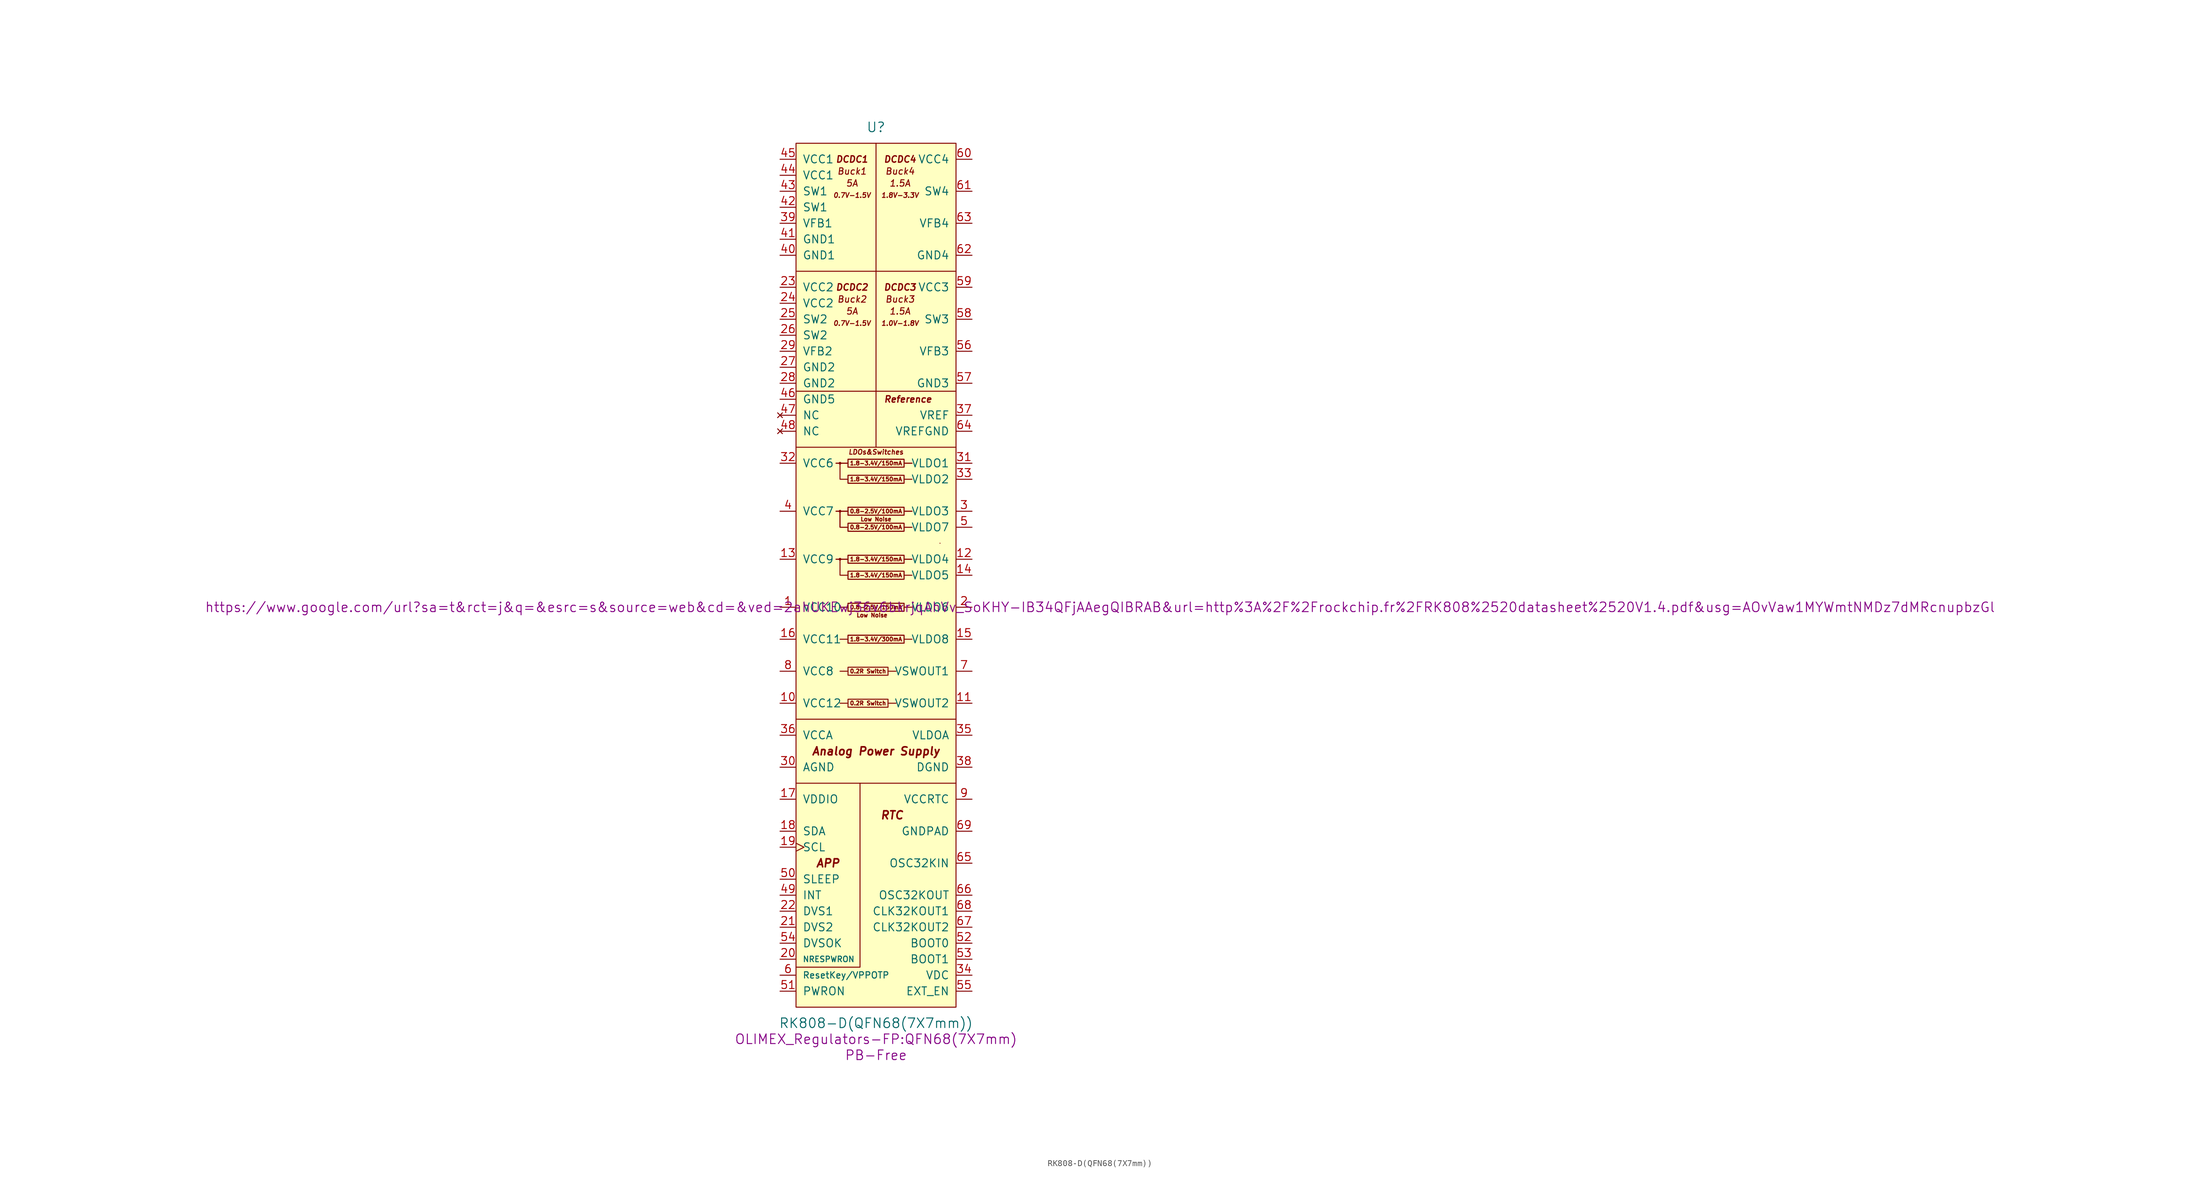
<source format=kicad_sym>
(kicad_symbol_lib
  (version 20211014)
  (generator kicad_symbol_editor)
  (symbol "RK808-D(QFN68(7X7mm))"
    (pin_names
      (offset 1.016))
    (property "Reference" "U"
      (at 0 71.12 0)
      (effects (font (size 1.524 1.524))))
    (property "Value" "RK808-D(QFN68(7X7mm))"
      (at 0 -71.12 0)
      (effects (font (size 1.524 1.524))))
    (property "Footprint" "OLIMEX_Regulators-FP:QFN68(7X7mm)"
      (at 0 -73.66 0)
      (effects (font (size 1.524 1.524))))
    (property "Datasheet" "https://www.google.com/url?sa=t&rct=j&q=&esrc=s&source=web&cd=&ved=2ahUKEwj36v6bkrjqAhVv_SoKHY-IB34QFjAAegQIBRAB&url=http%3A%2F%2Frockchip.fr%2FRK808%2520datasheet%2520V1.4.pdf&usg=AOvVaw1MYWmtNMDz7dMRcnupbzGl"
      (at 35.56 -5.08 0)
      (effects (font (size 1.524 1.524))))
    (property "Note" "PB-Free"
      (at 0 -76.2 0)
      (effects (font (size 1.524 1.524))))
    (symbol "RK808-D(QFN68(7X7mm))_0_0"
      (circle (center -5.715 2.54) (radius 0.127) (stroke (width 0) (type default) (color 0 0 0 0)) (fill (type none)))
      (circle (center -5.715 2.54) (radius 0.127) (stroke (width 0) (type default) (color 0 0 0 0)) (fill (type none)))
      (circle (center -5.715 10.16) (radius 0.127) (stroke (width 0) (type default) (color 0 0 0 0)) (fill (type none)))
      (circle (center -5.715 10.16) (radius 0.127) (stroke (width 0) (type default) (color 0 0 0 0)) (fill (type none)))
      (circle (center -5.715 17.78) (radius 0.127) (stroke (width 0) (type default) (color 0 0 0 0)) (fill (type none)))
      (circle (center -5.715 17.78) (radius 0.127) (stroke (width 0) (type default) (color 0 0 0 0)) (fill (type none)))
      (polyline (pts (xy -12.7 -22.86) (xy 12.7 -22.86)) (stroke (width 0) (type default) (color 0 0 0 0)) (fill (type none)))
      (polyline (pts (xy -6.35 2.54) (xy -4.445 2.54)) (stroke (width 0) (type default) (color 0 0 0 0)) (fill (type none)))
      (polyline (pts (xy -6.35 2.54) (xy -4.445 2.54)) (stroke (width 0) (type default) (color 0 0 0 0)) (fill (type none)))
      (polyline (pts (xy -6.35 10.16) (xy -4.445 10.16)) (stroke (width 0) (type default) (color 0 0 0 0)) (fill (type none)))
      (polyline (pts (xy -6.35 10.16) (xy -4.445 10.16)) (stroke (width 0) (type default) (color 0 0 0 0)) (fill (type none)))
      (polyline (pts (xy -6.35 17.78) (xy -4.445 17.78)) (stroke (width 0) (type default) (color 0 0 0 0)) (fill (type none)))
      (polyline (pts (xy -6.35 17.78) (xy -4.445 17.78)) (stroke (width 0) (type default) (color 0 0 0 0)) (fill (type none)))
      (polyline (pts (xy -4.445 -20.32) (xy -5.715 -20.32)) (stroke (width 0) (type default) (color 0 0 0 0)) (fill (type none)))
      (polyline (pts (xy -4.445 -15.24) (xy -5.715 -15.24)) (stroke (width 0) (type default) (color 0 0 0 0)) (fill (type none)))
      (polyline (pts (xy -4.445 -10.16) (xy -5.715 -10.16)) (stroke (width 0) (type default) (color 0 0 0 0)) (fill (type none)))
      (polyline (pts (xy -4.445 -5.08) (xy -5.715 -5.08)) (stroke (width 0) (type default) (color 0 0 0 0)) (fill (type none)))
      (polyline (pts (xy 0 29.21) (xy 0 20.32)) (stroke (width 0) (type default) (color 0 0 0 0)) (fill (type none)))
      (polyline (pts (xy 1.905 -20.32) (xy 3.175 -20.32)) (stroke (width 0) (type default) (color 0 0 0 0)) (fill (type none)))
      (polyline (pts (xy 1.905 -15.24) (xy 3.175 -15.24)) (stroke (width 0) (type default) (color 0 0 0 0)) (fill (type none)))
      (polyline (pts (xy 4.445 -10.16) (xy 5.715 -10.16)) (stroke (width 0) (type default) (color 0 0 0 0)) (fill (type none)))
      (polyline (pts (xy 4.445 -5.08) (xy 5.715 -5.08)) (stroke (width 0) (type default) (color 0 0 0 0)) (fill (type none)))
      (polyline (pts (xy 4.445 0) (xy 5.715 0)) (stroke (width 0) (type default) (color 0 0 0 0)) (fill (type none)))
      (polyline (pts (xy 4.445 2.54) (xy 5.715 2.54)) (stroke (width 0) (type default) (color 0 0 0 0)) (fill (type none)))
      (polyline (pts (xy 4.445 2.54) (xy 5.715 2.54)) (stroke (width 0) (type default) (color 0 0 0 0)) (fill (type none)))
      (polyline (pts (xy 4.445 7.62) (xy 5.715 7.62)) (stroke (width 0) (type default) (color 0 0 0 0)) (fill (type none)))
      (polyline (pts (xy 4.445 7.62) (xy 5.715 7.62)) (stroke (width 0) (type default) (color 0 0 0 0)) (fill (type none)))
      (polyline (pts (xy 4.445 10.16) (xy 5.715 10.16)) (stroke (width 0) (type default) (color 0 0 0 0)) (fill (type none)))
      (polyline (pts (xy 4.445 10.16) (xy 5.715 10.16)) (stroke (width 0) (type default) (color 0 0 0 0)) (fill (type none)))
      (polyline (pts (xy 4.445 15.24) (xy 5.715 15.24)) (stroke (width 0) (type default) (color 0 0 0 0)) (fill (type none)))
      (polyline (pts (xy 4.445 17.78) (xy 5.715 17.78)) (stroke (width 0) (type default) (color 0 0 0 0)) (fill (type none)))
      (polyline (pts (xy 4.445 17.78) (xy 5.715 17.78)) (stroke (width 0) (type default) (color 0 0 0 0)) (fill (type none)))
      (polyline (pts (xy -12.7 -62.23) (xy -2.54 -62.23) (xy -2.54 -33.02)) (stroke (width 0) (type default) (color 0 0 0 0)) (fill (type none)))
      (polyline (pts (xy -4.445 0) (xy -5.715 0) (xy -5.715 2.54)) (stroke (width 0) (type default) (color 0 0 0 0)) (fill (type none)))
      (polyline (pts (xy -4.445 7.62) (xy -5.715 7.62) (xy -5.715 10.16)) (stroke (width 0) (type default) (color 0 0 0 0)) (fill (type none)))
      (polyline (pts (xy -4.445 7.62) (xy -5.715 7.62) (xy -5.715 10.16)) (stroke (width 0) (type default) (color 0 0 0 0)) (fill (type none)))
      (polyline (pts (xy -4.445 15.24) (xy -5.715 15.24) (xy -5.715 17.78)) (stroke (width 0) (type default) (color 0 0 0 0)) (fill (type none)))
      (polyline (pts (xy -4.445 -19.685) (xy -4.445 -20.955) (xy 1.905 -20.955) (xy 1.905 -19.685) (xy -4.445 -19.685)) (stroke (width 0) (type default) (color 0 0 0 0)) (fill (type none)))
      (polyline (pts (xy -4.445 -14.605) (xy -4.445 -15.875) (xy 1.905 -15.875) (xy 1.905 -14.605) (xy -4.445 -14.605)) (stroke (width 0) (type default) (color 0 0 0 0)) (fill (type none)))
      (polyline (pts (xy -4.445 -9.525) (xy -4.445 -10.795) (xy 4.445 -10.795) (xy 4.445 -9.525) (xy -4.445 -9.525)) (stroke (width 0) (type default) (color 0 0 0 0)) (fill (type none)))
      (polyline (pts (xy -4.445 -9.525) (xy -4.445 -10.795) (xy 4.445 -10.795) (xy 4.445 -9.525) (xy -4.445 -9.525)) (stroke (width 0) (type default) (color 0 0 0 0)) (fill (type none)))
      (polyline (pts (xy -4.445 -4.445) (xy -4.445 -5.715) (xy 4.445 -5.715) (xy 4.445 -4.445) (xy -4.445 -4.445)) (stroke (width 0) (type default) (color 0 0 0 0)) (fill (type none)))
      (polyline (pts (xy -4.445 -4.445) (xy -4.445 -5.715) (xy 4.445 -5.715) (xy 4.445 -4.445) (xy -4.445 -4.445)) (stroke (width 0) (type default) (color 0 0 0 0)) (fill (type none)))
      (polyline (pts (xy -4.445 0.635) (xy -4.445 -0.635) (xy 4.445 -0.635) (xy 4.445 0.635) (xy -4.445 0.635)) (stroke (width 0) (type default) (color 0 0 0 0)) (fill (type none)))
      (polyline (pts (xy -4.445 0.635) (xy -4.445 -0.635) (xy 4.445 -0.635) (xy 4.445 0.635) (xy -4.445 0.635)) (stroke (width 0) (type default) (color 0 0 0 0)) (fill (type none)))
      (polyline (pts (xy -4.445 3.175) (xy -4.445 1.905) (xy 4.445 1.905) (xy 4.445 3.175) (xy -4.445 3.175)) (stroke (width 0) (type default) (color 0 0 0 0)) (fill (type none)))
      (polyline (pts (xy -4.445 3.175) (xy -4.445 1.905) (xy 4.445 1.905) (xy 4.445 3.175) (xy -4.445 3.175)) (stroke (width 0) (type default) (color 0 0 0 0)) (fill (type none)))
      (polyline (pts (xy -4.445 8.255) (xy -4.445 6.985) (xy 4.445 6.985) (xy 4.445 8.255) (xy -4.445 8.255)) (stroke (width 0) (type default) (color 0 0 0 0)) (fill (type none)))
      (polyline (pts (xy -4.445 8.255) (xy -4.445 6.985) (xy 4.445 6.985) (xy 4.445 8.255) (xy -4.445 8.255)) (stroke (width 0) (type default) (color 0 0 0 0)) (fill (type none)))
      (polyline (pts (xy -4.445 10.795) (xy -4.445 9.525) (xy 4.445 9.525) (xy 4.445 10.795) (xy -4.445 10.795)) (stroke (width 0) (type default) (color 0 0 0 0)) (fill (type none)))
      (polyline (pts (xy -4.445 10.795) (xy -4.445 9.525) (xy 4.445 9.525) (xy 4.445 10.795) (xy -4.445 10.795)) (stroke (width 0) (type default) (color 0 0 0 0)) (fill (type none)))
      (polyline (pts (xy -4.445 15.875) (xy -4.445 14.605) (xy 4.445 14.605) (xy 4.445 15.875) (xy -4.445 15.875)) (stroke (width 0) (type default) (color 0 0 0 0)) (fill (type none)))
      (polyline (pts (xy -4.445 15.875) (xy -4.445 14.605) (xy 4.445 14.605) (xy 4.445 15.875) (xy -4.445 15.875)) (stroke (width 0) (type default) (color 0 0 0 0)) (fill (type none)))
      (polyline (pts (xy -4.445 18.415) (xy -4.445 17.145) (xy 4.445 17.145) (xy 4.445 18.415) (xy -4.445 18.415)) (stroke (width 0) (type default) (color 0 0 0 0)) (fill (type none)))
      (polyline (pts (xy -4.445 18.415) (xy -4.445 17.145) (xy 4.445 17.145) (xy 4.445 18.415) (xy -4.445 18.415)) (stroke (width 0) (type default) (color 0 0 0 0)) (fill (type none)))
      (text "0.2R Switch" (at -1.27 -20.32 0) (effects (font (size 0.635 0.635))))
      (text "0.2R Switch" (at -1.27 -15.24 0) (effects (font (size 0.635 0.635))))
      (text "0.7V-1.5V" (at -3.81 40.005 0) (effects (font (size 0.762 0.762) italic)))
      (text "0.7V-1.5V" (at -3.81 60.325 0) (effects (font (size 0.762 0.762) italic)))
      (text "0.8-2.5V/100mA" (at 0 7.62 0) (effects (font (size 0.635 0.635))))
      (text "0.8-2.5V/100mA" (at 0 10.16 0) (effects (font (size 0.635 0.635))))
      (text "0.8-2.5V/150mA" (at 0 -5.08 0) (effects (font (size 0.635 0.635))))
      (text "1.0V-1.8V" (at 3.81 40.005 0) (effects (font (size 0.762 0.762) italic)))
      (text "1.5A" (at 3.81 41.91 0) (effects (font (size 1.016 1.016) italic)))
      (text "1.5A" (at 3.81 62.23 0) (effects (font (size 1.016 1.016) italic)))
      (text "1.8-3.4V/150mA" (at 0 0 0) (effects (font (size 0.635 0.635))))
      (text "1.8-3.4V/150mA" (at 0 2.54 0) (effects (font (size 0.635 0.635))))
      (text "1.8-3.4V/150mA" (at 0 15.24 0) (effects (font (size 0.635 0.635))))
      (text "1.8-3.4V/150mA" (at 0 17.78 0) (effects (font (size 0.635 0.635))))
      (text "1.8-3.4V/300mA" (at 0 -10.16 0) (effects (font (size 0.635 0.635))))
      (text "1.8V-3.3V" (at 3.81 60.325 0) (effects (font (size 0.762 0.762) italic)))
      (text "5A" (at -3.81 41.91 0) (effects (font (size 1.016 1.016) italic)))
      (text "5A" (at -3.81 62.23 0) (effects (font (size 1.016 1.016) italic)))
      (text "Analog Power Supply" (at 0 -27.94 0) (effects (font (size 1.27 1.27) bold italic)))
      (text "APP" (at -7.62 -45.72 0) (effects (font (size 1.27 1.27) bold italic)))
      (text "Buck1" (at -3.81 64.135 0) (effects (font (size 1.016 1.016) italic)))
      (text "Buck2" (at -3.81 43.815 0) (effects (font (size 1.016 1.016) italic)))
      (text "Buck3" (at 3.81 43.815 0) (effects (font (size 1.016 1.016) italic)))
      (text "Buck4" (at 3.81 64.135 0) (effects (font (size 1.016 1.016) italic)))
      (text "DCDC1" (at -3.81 66.04 0) (effects (font (size 1.016 1.016) bold italic)))
      (text "DCDC2" (at -3.81 45.72 0) (effects (font (size 1.016 1.016) bold italic)))
      (text "DCDC3" (at 3.81 45.72 0) (effects (font (size 1.016 1.016) bold italic)))
      (text "DCDC4" (at 3.81 66.04 0) (effects (font (size 1.016 1.016) bold italic)))
      (text "LDOs&Switches" (at 0 19.558 0) (effects (font (size 0.762 0.762) bold italic)))
      (text "Low Noise" (at -0.635 -6.35 0) (effects (font (size 0.635 0.635))))
      (text "Low Noise" (at 0 8.89 0) (effects (font (size 0.635 0.635))))
      (text "Reference" (at 5.08 27.94 0) (effects (font (size 1.016 1.016) bold italic)))
      (text "RTC" (at 2.54 -38.1 0) (effects (font (size 1.27 1.27) bold italic))))
    (symbol "RK808-D(QFN68(7X7mm))_0_1"
      (rectangle (start -12.7 68.58) (end 12.7 -68.58) (stroke (width 0) (type default) (color 0 0 0 0)) (fill (type background)))
      (polyline (pts (xy -12.7 -33.02) (xy 12.7 -33.02)) (stroke (width 0) (type default) (color 0 0 0 0)) (fill (type none)))
      (polyline (pts (xy -12.7 20.32) (xy 12.7 20.32)) (stroke (width 0) (type default) (color 0 0 0 0)) (fill (type none)))
      (polyline (pts (xy -12.7 29.21) (xy 0 29.21)) (stroke (width 0) (type default) (color 0 0 0 0)) (fill (type none)))
      (polyline (pts (xy 0 29.21) (xy 12.7 29.21)) (stroke (width 0) (type default) (color 0 0 0 0)) (fill (type none)))
      (polyline (pts (xy 0 48.26) (xy 0 29.21)) (stroke (width 0) (type default) (color 0 0 0 0)) (fill (type none)))
      (polyline (pts (xy 0 48.26) (xy 12.7 48.26)) (stroke (width 0) (type default) (color 0 0 0 0)) (fill (type none)))
      (polyline (pts (xy 0 68.58) (xy 0 48.26) (xy -12.7 48.26)) (stroke (width 0) (type default) (color 0 0 0 0)) (fill (type none)))
      (rectangle (start 10.16 5.08) (end 10.16 5.08) (stroke (width 0) (type default) (color 0 0 0 0)) (fill (type none))))
    (symbol "RK808-D(QFN68(7X7mm))_1_1"
      (pin power_in line (at -15.24 -5.08 0) (length 2.54) (name "VCC10" (effects (font (size 1.27 1.27)))) (number "1" (effects (font (size 1.27 1.27)))))
      (pin power_in line (at -15.24 -20.32 0) (length 2.54) (name "VCC12" (effects (font (size 1.27 1.27)))) (number "10" (effects (font (size 1.27 1.27)))))
      (pin power_out line (at 15.24 -20.32 180) (length 2.54) (name "VSWOUT2" (effects (font (size 1.27 1.27)))) (number "11" (effects (font (size 1.27 1.27)))))
      (pin power_out line (at 15.24 2.54 180) (length 2.54) (name "VLDO4" (effects (font (size 1.27 1.27)))) (number "12" (effects (font (size 1.27 1.27)))))
      (pin power_in line (at -15.24 2.54 0) (length 2.54) (name "VCC9" (effects (font (size 1.27 1.27)))) (number "13" (effects (font (size 1.27 1.27)))))
      (pin power_out line (at 15.24 0 180) (length 2.54) (name "VLDO5" (effects (font (size 1.27 1.27)))) (number "14" (effects (font (size 1.27 1.27)))))
      (pin power_out line (at 15.24 -10.16 180) (length 2.54) (name "VLDO8" (effects (font (size 1.27 1.27)))) (number "15" (effects (font (size 1.27 1.27)))))
      (pin power_in line (at -15.24 -10.16 0) (length 2.54) (name "VCC11" (effects (font (size 1.27 1.27)))) (number "16" (effects (font (size 1.27 1.27)))))
      (pin power_in line (at -15.24 -35.56 0) (length 2.54) (name "VDDIO" (effects (font (size 1.27 1.27)))) (number "17" (effects (font (size 1.27 1.27)))))
      (pin bidirectional line (at -15.24 -40.64 0) (length 2.54) (name "SDA" (effects (font (size 1.27 1.27)))) (number "18" (effects (font (size 1.27 1.27)))))
      (pin input clock (at -15.24 -43.18 0) (length 2.54) (name "SCL" (effects (font (size 1.27 1.27)))) (number "19" (effects (font (size 1.27 1.27)))))
      (pin power_out line (at 15.24 -5.08 180) (length 2.54) (name "VLDO6" (effects (font (size 1.27 1.27)))) (number "2" (effects (font (size 1.27 1.27)))))
      (pin output line (at -15.24 -60.96 0) (length 2.54) (name "NRESPWRON" (effects (font (size 0.889 0.889)))) (number "20" (effects (font (size 1.27 1.27)))))
      (pin input line (at -15.24 -55.88 0) (length 2.54) (name "DVS2" (effects (font (size 1.27 1.27)))) (number "21" (effects (font (size 1.27 1.27)))))
      (pin input line (at -15.24 -53.34 0) (length 2.54) (name "DVS1" (effects (font (size 1.27 1.27)))) (number "22" (effects (font (size 1.27 1.27)))))
      (pin power_in line (at -15.24 45.72 0) (length 2.54) (name "VCC2" (effects (font (size 1.27 1.27)))) (number "23" (effects (font (size 1.27 1.27)))))
      (pin power_in line (at -15.24 43.18 0) (length 2.54) (name "VCC2" (effects (font (size 1.27 1.27)))) (number "24" (effects (font (size 1.27 1.27)))))
      (pin output line (at -15.24 40.64 0) (length 2.54) (name "SW2" (effects (font (size 1.27 1.27)))) (number "25" (effects (font (size 1.27 1.27)))))
      (pin output line (at -15.24 38.1 0) (length 2.54) (name "SW2" (effects (font (size 1.27 1.27)))) (number "26" (effects (font (size 1.27 1.27)))))
      (pin power_in line (at -15.24 33.02 0) (length 2.54) (name "GND2" (effects (font (size 1.27 1.27)))) (number "27" (effects (font (size 1.27 1.27)))))
      (pin power_in line (at -15.24 30.48 0) (length 2.54) (name "GND2" (effects (font (size 1.27 1.27)))) (number "28" (effects (font (size 1.27 1.27)))))
      (pin input line (at -15.24 35.56 0) (length 2.54) (name "VFB2" (effects (font (size 1.27 1.27)))) (number "29" (effects (font (size 1.27 1.27)))))
      (pin power_out line (at 15.24 10.16 180) (length 2.54) (name "VLDO3" (effects (font (size 1.27 1.27)))) (number "3" (effects (font (size 1.27 1.27)))))
      (pin power_in line (at -15.24 -30.48 0) (length 2.54) (name "AGND" (effects (font (size 1.27 1.27)))) (number "30" (effects (font (size 1.27 1.27)))))
      (pin power_out line (at 15.24 17.78 180) (length 2.54) (name "VLDO1" (effects (font (size 1.27 1.27)))) (number "31" (effects (font (size 1.27 1.27)))))
      (pin power_in line (at -15.24 17.78 0) (length 2.54) (name "VCC6" (effects (font (size 1.27 1.27)))) (number "32" (effects (font (size 1.27 1.27)))))
      (pin power_in line (at 15.24 15.24 180) (length 2.54) (name "VLDO2" (effects (font (size 1.27 1.27)))) (number "33" (effects (font (size 1.27 1.27)))))
      (pin input line (at 15.24 -63.5 180) (length 2.54) (name "VDC" (effects (font (size 1.27 1.27)))) (number "34" (effects (font (size 1.27 1.27)))))
      (pin power_in line (at 15.24 -25.4 180) (length 2.54) (name "VLDOA" (effects (font (size 1.27 1.27)))) (number "35" (effects (font (size 1.27 1.27)))))
      (pin power_in line (at -15.24 -25.4 0) (length 2.54) (name "VCCA" (effects (font (size 1.27 1.27)))) (number "36" (effects (font (size 1.27 1.27)))))
      (pin input line (at 15.24 25.4 180) (length 2.54) (name "VREF" (effects (font (size 1.27 1.27)))) (number "37" (effects (font (size 1.27 1.27)))))
      (pin power_in line (at 15.24 -30.48 180) (length 2.54) (name "DGND" (effects (font (size 1.27 1.27)))) (number "38" (effects (font (size 1.27 1.27)))))
      (pin input line (at -15.24 55.88 0) (length 2.54) (name "VFB1" (effects (font (size 1.27 1.27)))) (number "39" (effects (font (size 1.27 1.27)))))
      (pin power_in line (at -15.24 10.16 0) (length 2.54) (name "VCC7" (effects (font (size 1.27 1.27)))) (number "4" (effects (font (size 1.27 1.27)))))
      (pin power_in line (at -15.24 50.8 0) (length 2.54) (name "GND1" (effects (font (size 1.27 1.27)))) (number "40" (effects (font (size 1.27 1.27)))))
      (pin power_in line (at -15.24 53.34 0) (length 2.54) (name "GND1" (effects (font (size 1.27 1.27)))) (number "41" (effects (font (size 1.27 1.27)))))
      (pin output line (at -15.24 58.42 0) (length 2.54) (name "SW1" (effects (font (size 1.27 1.27)))) (number "42" (effects (font (size 1.27 1.27)))))
      (pin output line (at -15.24 60.96 0) (length 2.54) (name "SW1" (effects (font (size 1.27 1.27)))) (number "43" (effects (font (size 1.27 1.27)))))
      (pin power_in line (at -15.24 63.5 0) (length 2.54) (name "VCC1" (effects (font (size 1.27 1.27)))) (number "44" (effects (font (size 1.27 1.27)))))
      (pin power_in line (at -15.24 66.04 0) (length 2.54) (name "VCC1" (effects (font (size 1.27 1.27)))) (number "45" (effects (font (size 1.27 1.27)))))
      (pin power_in line (at -15.24 27.94 0) (length 2.54) (name "GND5" (effects (font (size 1.27 1.27)))) (number "46" (effects (font (size 1.27 1.27)))))
      (pin no_connect line (at -15.24 25.4 0) (length 2.54) (name "NC" (effects (font (size 1.27 1.27)))) (number "47" (effects (font (size 1.27 1.27)))))
      (pin no_connect line (at -15.24 22.86 0) (length 2.54) (name "NC" (effects (font (size 1.27 1.27)))) (number "48" (effects (font (size 1.27 1.27)))))
      (pin output line (at -15.24 -50.8 0) (length 2.54) (name "INT" (effects (font (size 1.27 1.27)))) (number "49" (effects (font (size 1.27 1.27)))))
      (pin power_out line (at 15.24 7.62 180) (length 2.54) (name "VLDO7" (effects (font (size 1.27 1.27)))) (number "5" (effects (font (size 1.27 1.27)))))
      (pin input line (at -15.24 -48.26 0) (length 2.54) (name "SLEEP" (effects (font (size 1.27 1.27)))) (number "50" (effects (font (size 1.27 1.27)))))
      (pin input line (at -15.24 -66.04 0) (length 2.54) (name "PWRON" (effects (font (size 1.27 1.27)))) (number "51" (effects (font (size 1.27 1.27)))))
      (pin input line (at 15.24 -58.42 180) (length 2.54) (name "BOOT0" (effects (font (size 1.27 1.27)))) (number "52" (effects (font (size 1.27 1.27)))))
      (pin input line (at 15.24 -60.96 180) (length 2.54) (name "BOOT1" (effects (font (size 1.27 1.27)))) (number "53" (effects (font (size 1.27 1.27)))))
      (pin output line (at -15.24 -58.42 0) (length 2.54) (name "DVSOK" (effects (font (size 1.27 1.27)))) (number "54" (effects (font (size 1.27 1.27)))))
      (pin output line (at 15.24 -66.04 180) (length 2.54) (name "EXT_EN" (effects (font (size 1.27 1.27)))) (number "55" (effects (font (size 1.27 1.27)))))
      (pin input line (at 15.24 35.56 180) (length 2.54) (name "VFB3" (effects (font (size 1.27 1.27)))) (number "56" (effects (font (size 1.27 1.27)))))
      (pin power_in line (at 15.24 30.48 180) (length 2.54) (name "GND3" (effects (font (size 1.27 1.27)))) (number "57" (effects (font (size 1.27 1.27)))))
      (pin output line (at 15.24 40.64 180) (length 2.54) (name "SW3" (effects (font (size 1.27 1.27)))) (number "58" (effects (font (size 1.27 1.27)))))
      (pin power_in line (at 15.24 45.72 180) (length 2.54) (name "VCC3" (effects (font (size 1.27 1.27)))) (number "59" (effects (font (size 1.27 1.27)))))
      (pin input line (at -15.24 -63.5 0) (length 2.54) (name "ResetKey/VPPOTP" (effects (font (size 1.016 1.016)))) (number "6" (effects (font (size 1.27 1.27)))))
      (pin power_in line (at 15.24 66.04 180) (length 2.54) (name "VCC4" (effects (font (size 1.27 1.27)))) (number "60" (effects (font (size 1.27 1.27)))))
      (pin power_in line (at 15.24 60.96 180) (length 2.54) (name "SW4" (effects (font (size 1.27 1.27)))) (number "61" (effects (font (size 1.27 1.27)))))
      (pin power_in line (at 15.24 50.8 180) (length 2.54) (name "GND4" (effects (font (size 1.27 1.27)))) (number "62" (effects (font (size 1.27 1.27)))))
      (pin input line (at 15.24 55.88 180) (length 2.54) (name "VFB4" (effects (font (size 1.27 1.27)))) (number "63" (effects (font (size 1.27 1.27)))))
      (pin power_in line (at 15.24 22.86 180) (length 2.54) (name "VREFGND" (effects (font (size 1.27 1.27)))) (number "64" (effects (font (size 1.27 1.27)))))
      (pin input line (at 15.24 -45.72 180) (length 2.54) (name "OSC32KIN" (effects (font (size 1.27 1.27)))) (number "65" (effects (font (size 1.27 1.27)))))
      (pin output line (at 15.24 -50.8 180) (length 2.54) (name "OSC32KOUT" (effects (font (size 1.27 1.27)))) (number "66" (effects (font (size 1.27 1.27)))))
      (pin output line (at 15.24 -55.88 180) (length 2.54) (name "CLK32KOUT2" (effects (font (size 1.27 1.27)))) (number "67" (effects (font (size 1.27 1.27)))))
      (pin output line (at 15.24 -53.34 180) (length 2.54) (name "CLK32KOUT1" (effects (font (size 1.27 1.27)))) (number "68" (effects (font (size 1.27 1.27)))))
      (pin power_in line (at 15.24 -40.64 180) (length 2.54) (name "GNDPAD" (effects (font (size 1.27 1.27)))) (number "69" (effects (font (size 1.27 1.27)))))
      (pin power_out line (at 15.24 -15.24 180) (length 2.54) (name "VSWOUT1" (effects (font (size 1.27 1.27)))) (number "7" (effects (font (size 1.27 1.27)))))
      (pin power_in line (at -15.24 -15.24 0) (length 2.54) (name "VCC8" (effects (font (size 1.27 1.27)))) (number "8" (effects (font (size 1.27 1.27)))))
      (pin power_in line (at 15.24 -35.56 180) (length 2.54) (name "VCCRTC" (effects (font (size 1.27 1.27)))) (number "9" (effects (font (size 1.27 1.27))))))))
</source>
